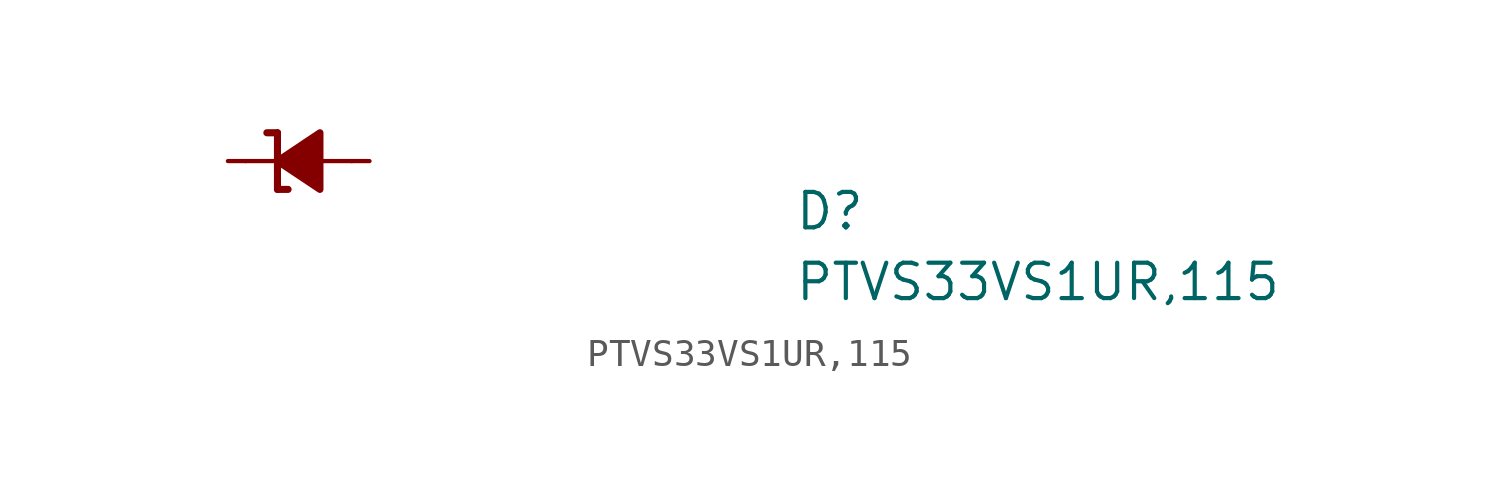
<source format=kicad_sym>
(kicad_symbol_lib
  (version 20220914)
  (generator kicad_symbol_editor)
  (symbol "PTVS33VS1UR,115"
    (pin_numbers hide)
    (pin_names hide)
    (property "Reference" "D"
      (at 20.32 -2.54 0)
      (effects (font (size 1.27 1.27) (thickness 0.15)) (justify left bottom)))
    (property "Value" "PTVS33VS1UR,115"
      (at 20.32 -5.08 0)
      (effects (font (size 1.27 1.27) (thickness 0.15)) (justify left bottom)))
    (symbol "PTVS33VS1UR,115_0_1"
      (polyline (pts (xy 1.905 0) (xy 0.635 0)) (stroke (width 0) (type default)) (fill (type none)))
      (polyline (pts (xy 4.445 0) (xy 3.175 0)) (stroke (width 0) (type default)) (fill (type none))))
    (symbol "PTVS33VS1UR,115_1_1"
      (polyline (pts (xy 1.778 1.016) (xy 1.397 1.016)) (stroke (width 0.254) (type default)) (fill (type none)))
      (polyline (pts (xy 1.778 1.016) (xy 1.778 -1.016)) (stroke (width 0.254) (type default)) (fill (type none)))
      (polyline (pts (xy 2.159 -1.016) (xy 1.778 -1.016)) (stroke (width 0.254) (type default)) (fill (type none)))
      (polyline (pts (xy 3.302 1.016) (xy 3.302 -1.016) (xy 1.778 0) (xy 3.302 1.016)) (stroke (width 0.254) (type default)) (fill (type outline)))
      (pin passive line (at 0 0 0) (length 0.635) (name "C" (effects (font (size 1.27 1.27)))) (number "1" (effects (font (size 1.27 1.27)))))
      (pin passive line (at 5.08 0 180) (length 0.635) (name "A" (effects (font (size 1.27 1.27)))) (number "2" (effects (font (size 1.27 1.27))))))))
</source>
